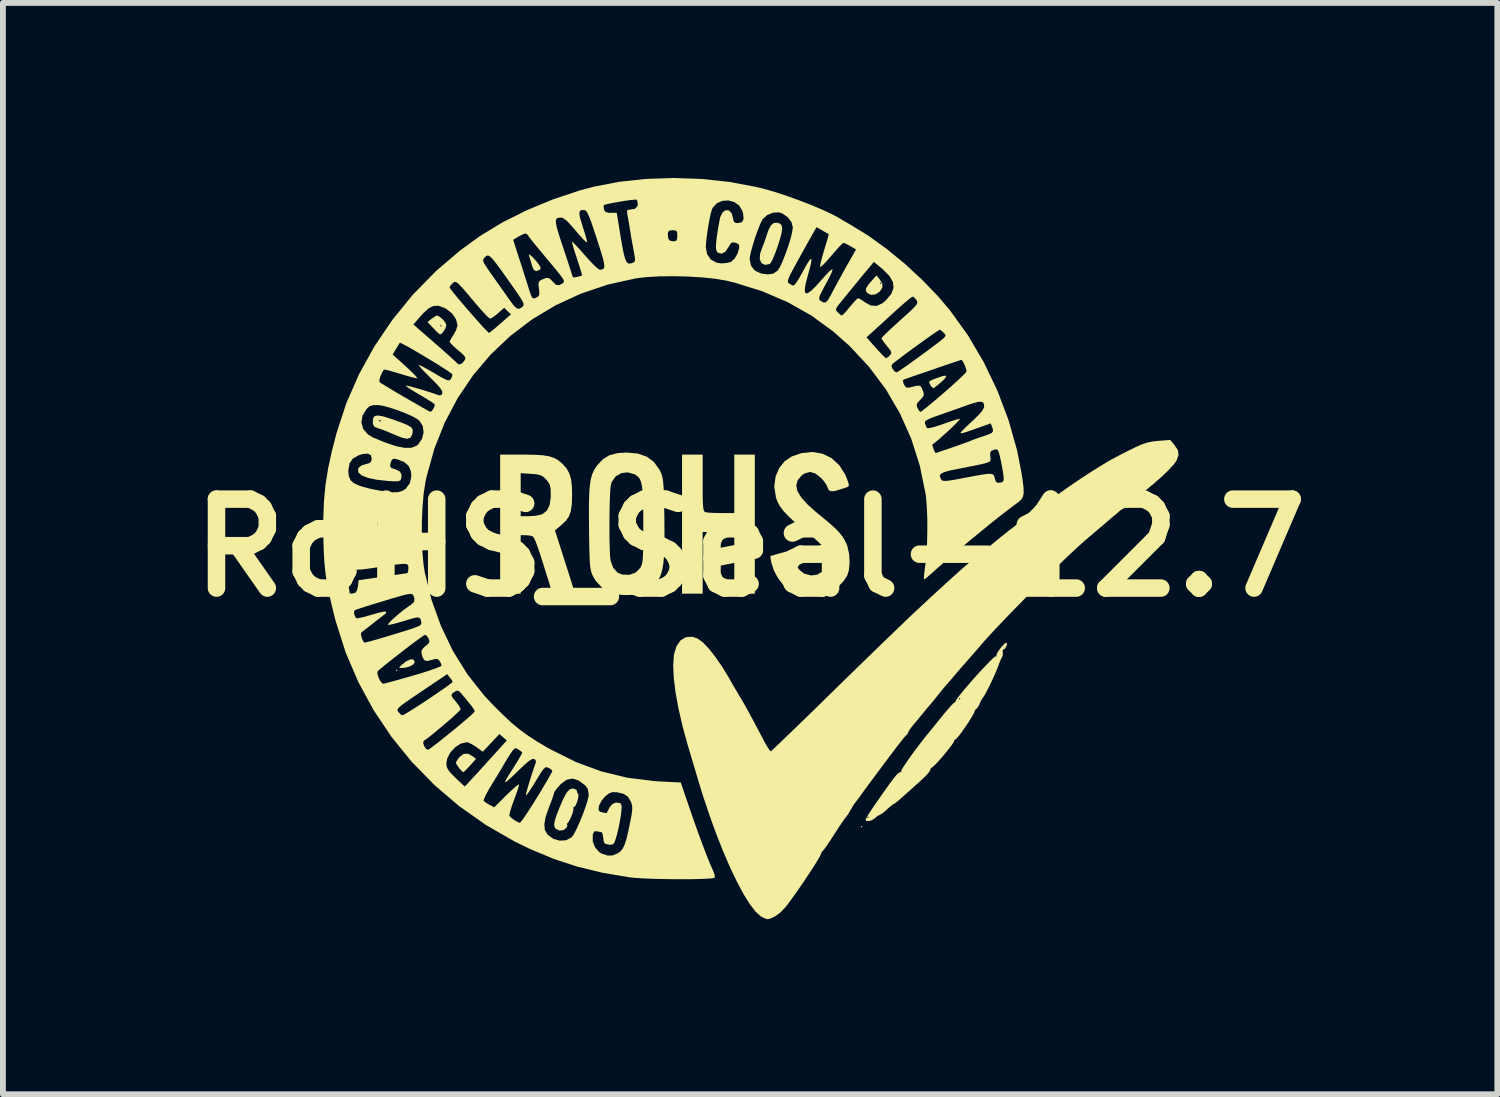
<source format=kicad_pcb>
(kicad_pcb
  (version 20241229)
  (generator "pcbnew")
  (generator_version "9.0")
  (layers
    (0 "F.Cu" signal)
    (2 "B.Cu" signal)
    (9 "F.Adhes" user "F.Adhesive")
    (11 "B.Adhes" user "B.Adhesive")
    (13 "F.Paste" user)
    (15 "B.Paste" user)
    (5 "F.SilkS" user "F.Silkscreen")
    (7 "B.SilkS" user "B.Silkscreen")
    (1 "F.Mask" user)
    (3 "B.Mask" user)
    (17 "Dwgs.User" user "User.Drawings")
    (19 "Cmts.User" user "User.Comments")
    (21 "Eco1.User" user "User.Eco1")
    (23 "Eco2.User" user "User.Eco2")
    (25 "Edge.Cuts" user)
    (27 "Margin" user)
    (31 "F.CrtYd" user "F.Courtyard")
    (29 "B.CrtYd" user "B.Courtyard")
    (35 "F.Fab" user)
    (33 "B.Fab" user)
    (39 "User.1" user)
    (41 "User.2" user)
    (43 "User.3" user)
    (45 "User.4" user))
  (footprint "RoHS_Seal-12.7"
    (layer "F.Cu")
    (at 9.804 6.338)
    (property "Reference" "RoHS_Seal-12.7" (at 0 0 0) (layer "F.SilkS") (effects (font (size 1.524 1.524) (thickness 0.3))))
    (attr board_only exclude_from_pos_files exclude_from_bom)
    (fp_poly (pts (xy -6.045 2.099) (xy -6.059 2.112) (xy -6.072 2.099) (xy -6.059 2.085)) (stroke (width 0) (type solid)) (fill yes) (layer "F.SilkS"))
    (fp_poly (pts (xy 1.925 4.779) (xy 1.911 4.793) (xy 1.898 4.779) (xy 1.911 4.766)) (stroke (width 0) (type solid)) (fill yes) (layer "F.SilkS"))
    (fp_poly (pts (xy -5.769 1.914) (xy -5.747 1.954) (xy -5.747 1.96) (xy -5.771 1.998) (xy -5.831 2.032) (xy -5.909 2.054) (xy -5.957 2.058) (xy -6.006 2.056) (xy -6.007 2.04) (xy -5.974 2.008) (xy -5.89 1.942) (xy -5.819 1.911)) (stroke (width 0) (type solid)) (fill yes) (layer "F.SilkS"))
    (fp_poly (pts (xy -3.772 -5.02) (xy -3.743 -4.996) (xy -3.682 -4.934) (xy -3.626 -4.865) (xy -3.592 -4.809) (xy -3.592 -4.778) (xy -3.608 -4.763) (xy -3.666 -4.741) (xy -3.706 -4.763) (xy -3.737 -4.834) (xy -3.741 -4.849) (xy -3.764 -4.93) (xy -3.784 -4.994) (xy -3.788 -5.005) (xy -3.793 -5.031)) (stroke (width 0) (type solid)) (fill yes) (layer "F.SilkS"))
    (fp_poly (pts (xy 3.36 -2.932) (xy 3.324 -2.886) (xy 3.279 -2.844) (xy 3.212 -2.787) (xy 3.16 -2.747) (xy 3.139 -2.736) (xy 3.112 -2.756) (xy 3.089 -2.791) (xy 3.07 -2.827) (xy 3.071 -2.85) (xy 3.099 -2.869) (xy 3.165 -2.896) (xy 3.192 -2.907) (xy 3.295 -2.942) (xy 3.351 -2.951)) (stroke (width 0) (type solid)) (fill yes) (layer "F.SilkS"))
    (fp_poly (pts (xy -4.759 3.569) (xy -4.697 3.617) (xy -4.799 3.731) (xy -4.857 3.793) (xy -4.9 3.835) (xy -4.915 3.845) (xy -4.94 3.826) (xy -4.981 3.78) (xy -4.986 3.774) (xy -5.024 3.72) (xy -5.042 3.684) (xy -5.042 3.683) (xy -5.027 3.65) (xy -4.99 3.597) (xy -4.986 3.592) (xy -4.915 3.533) (xy -4.836 3.527)) (stroke (width 0) (type solid)) (fill yes) (layer "F.SilkS"))
    (fp_poly (pts (xy 2.22 -4.602) (xy 2.268 -4.524) (xy 2.266 -4.457) (xy 2.222 -4.392) (xy 2.151 -4.344) (xy 2.073 -4.335) (xy 2.011 -4.365) (xy 1.984 -4.405) (xy 1.988 -4.449) (xy 2.027 -4.51) (xy 2.049 -4.536) (xy 2.223 -4.536) (xy 2.236 -4.522) (xy 2.25 -4.536) (xy 2.236 -4.549) (xy 2.223 -4.536) (xy 2.049 -4.536) (xy 2.072 -4.563) (xy 2.165 -4.668)) (stroke (width 0) (type solid)) (fill yes) (layer "F.SilkS"))
    (fp_poly (pts (xy -5.32 -3.96) (xy -5.265 -3.913) (xy -5.22 -3.857) (xy -5.205 -3.816) (xy -5.219 -3.766) (xy -5.253 -3.708) (xy -5.292 -3.666) (xy -5.312 -3.656) (xy -5.337 -3.674) (xy -5.386 -3.72) (xy -5.427 -3.763) (xy -5.467 -3.805) (xy -5.313 -3.805) (xy -5.3 -3.791) (xy -5.286 -3.805) (xy -5.3 -3.818) (xy -5.313 -3.805) (xy -5.467 -3.805) (xy -5.528 -3.87) (xy -5.458 -3.925) (xy -5.404 -3.963) (xy -5.369 -3.981) (xy -5.367 -3.981)) (stroke (width 0) (type solid)) (fill yes) (layer "F.SilkS"))
    (fp_poly (pts (xy -0.813 -1.113) (xy -0.813 -0.937) (xy -0.811 -0.808) (xy -0.806 -0.719) (xy -0.799 -0.661) (xy -0.788 -0.629) (xy -0.774 -0.614) (xy -0.77 -0.612) (xy -0.724 -0.605) (xy -0.64 -0.599) (xy -0.533 -0.596) (xy -0.499 -0.596) (xy -0.271 -0.596) (xy -0.271 -1.598) (xy 0.081 -1.598) (xy 0.081 0.785) (xy -0.271 0.785) (xy -0.271 -0.271) (xy -0.813 -0.271) (xy -0.813 0.785) (xy -1.166 0.785) (xy -1.166 -1.598) (xy -0.813 -1.598)) (stroke (width 0) (type solid)) (fill yes) (layer "F.SilkS"))
    (fp_poly (pts (xy 0.507 -5.559) (xy 0.54 -5.529) (xy 0.55 -5.473) (xy 0.538 -5.385) (xy 0.502 -5.258) (xy 0.475 -5.173) (xy 0.43 -5.049) (xy 0.389 -4.95) (xy 0.354 -4.884) (xy 0.335 -4.863) (xy 0.255 -4.849) (xy 0.195 -4.879) (xy 0.195 -4.88) (xy 0.166 -4.944) (xy 0.171 -5.037) (xy 0.201 -5.127) (xy 0.235 -5.212) (xy 0.268 -5.308) (xy 0.272 -5.321) (xy 0.315 -5.446) (xy 0.356 -5.524) (xy 0.4 -5.564) (xy 0.45 -5.572)) (stroke (width 0) (type solid)) (fill yes) (layer "F.SilkS"))
    (fp_poly (pts (xy -6.289 -2.253) (xy -6.162 -2.214) (xy -6.099 -2.192) (xy -5.962 -2.142) (xy -5.869 -2.103) (xy -5.812 -2.069) (xy -5.785 -2.036) (xy -5.78 -1.996) (xy -5.786 -1.954) (xy -5.817 -1.89) (xy -5.875 -1.868) (xy -5.964 -1.887) (xy -6.015 -1.907) (xy -6.088 -1.937) (xy -6.099 -1.942) (xy -6.202 -1.985) (xy -6.271 -2.013) (xy -6.322 -2.032) (xy -6.373 -2.048) (xy -6.384 -2.052) (xy -6.44 -2.077) (xy -6.462 -2.12) (xy -6.465 -2.169) (xy -6.463 -2.184) (xy -6.361 -2.184) (xy -6.358 -2.168) (xy -6.343 -2.166) (xy -6.321 -2.176) (xy -6.325 -2.184) (xy -6.357 -2.188) (xy -6.361 -2.184) (xy -6.463 -2.184) (xy -6.458 -2.227) (xy -6.43 -2.26) (xy -6.376 -2.268)) (stroke (width 0) (type solid)) (fill yes) (layer "F.SilkS"))
    (fp_poly (pts (xy -3.012 4.129) (xy -2.972 4.151) (xy -2.968 4.17) (xy -2.962 4.198) (xy -2.952 4.203) (xy -2.941 4.231) (xy -2.946 4.289) (xy -2.965 4.356) (xy -2.989 4.414) (xy -3.015 4.441) (xy -3.018 4.441) (xy -3.032 4.452) (xy -3.028 4.458) (xy -3.027 4.491) (xy -3.044 4.553) (xy -3.072 4.624) (xy -3.104 4.686) (xy -3.129 4.718) (xy -3.143 4.736) (xy -3.137 4.738) (xy -3.131 4.758) (xy -3.145 4.793) (xy -3.194 4.836) (xy -3.263 4.845) (xy -3.326 4.818) (xy -3.329 4.815) (xy -3.352 4.782) (xy -3.358 4.737) (xy -3.346 4.672) (xy -3.315 4.576) (xy -3.265 4.449) (xy -3.202 4.303) (xy -3.149 4.203) (xy -3.1 4.146) (xy -3.052 4.124)) (stroke (width 0) (type solid)) (fill yes) (layer "F.SilkS"))
    (fp_poly (pts (xy -3.701 -1.595) (xy -3.556 -1.587) (xy -3.446 -1.569) (xy -3.359 -1.541) (xy -3.287 -1.5) (xy -3.219 -1.443) (xy -3.217 -1.441) (xy -3.144 -1.359) (xy -3.095 -1.27) (xy -3.065 -1.162) (xy -3.052 -1.022) (xy -3.05 -0.907) (xy -3.055 -0.748) (xy -3.072 -0.629) (xy -3.105 -0.537) (xy -3.16 -0.46) (xy -3.241 -0.385) (xy -3.244 -0.382) (xy -3.344 -0.3) (xy -3.177 0.223) (xy -3.126 0.382) (xy -3.081 0.524) (xy -3.045 0.64) (xy -3.02 0.723) (xy -3.009 0.763) (xy -3.009 0.766) (xy -3.034 0.775) (xy -3.099 0.782) (xy -3.191 0.785) (xy -3.198 0.785) (xy -3.386 0.785) (xy -3.498 0.426) (xy -3.561 0.226) (xy -3.611 0.071) (xy -3.65 -0.042) (xy -3.68 -0.12) (xy -3.704 -0.169) (xy -3.723 -0.194) (xy -3.726 -0.196) (xy -3.771 -0.21) (xy -3.841 -0.216) (xy -3.843 -0.216) (xy -3.931 -0.217) (xy -3.931 0.785) (xy -4.283 0.785) (xy -4.283 -1.279) (xy -3.931 -1.279) (xy -3.931 -0.542) (xy -3.78 -0.542) (xy -3.68 -0.549) (xy -3.591 -0.567) (xy -3.555 -0.58) (xy -3.482 -0.639) (xy -3.437 -0.728) (xy -3.417 -0.857) (xy -3.416 -0.922) (xy -3.419 -1.02) (xy -3.436 -1.087) (xy -3.471 -1.143) (xy -3.493 -1.169) (xy -3.542 -1.217) (xy -3.592 -1.245) (xy -3.661 -1.26) (xy -3.751 -1.268) (xy -3.931 -1.279) (xy -4.283 -1.279) (xy -4.283 -1.598) (xy -3.889 -1.598)) (stroke (width 0) (type solid)) (fill yes) (layer "F.SilkS"))
    (fp_poly (pts (xy 1.241 -1.613) (xy 1.398 -1.536) (xy 1.53 -1.414) (xy 1.632 -1.252) (xy 1.665 -1.17) (xy 1.689 -1.098) (xy 1.691 -1.061) (xy 1.673 -1.044) (xy 1.66 -1.039) (xy 1.597 -1.018) (xy 1.545 -1.001) (xy 1.438 -0.971) (xy 1.371 -0.972) (xy 1.338 -1.004) (xy 1.333 -1.023) (xy 1.31 -1.077) (xy 1.26 -1.149) (xy 1.222 -1.192) (xy 1.122 -1.273) (xy 1.025 -1.301) (xy 0.932 -1.274) (xy 0.882 -1.239) (xy 0.815 -1.158) (xy 0.791 -1.07) (xy 0.811 -0.973) (xy 0.878 -0.862) (xy 0.991 -0.737) (xy 1.153 -0.593) (xy 1.198 -0.557) (xy 1.349 -0.433) (xy 1.462 -0.332) (xy 1.545 -0.244) (xy 1.605 -0.162) (xy 1.648 -0.078) (xy 1.667 -0.029) (xy 1.697 0.104) (xy 1.706 0.249) (xy 1.693 0.385) (xy 1.664 0.476) (xy 1.594 0.581) (xy 1.494 0.679) (xy 1.382 0.754) (xy 1.31 0.783) (xy 1.231 0.798) (xy 1.128 0.807) (xy 1.02 0.81) (xy 0.929 0.807) (xy 0.881 0.799) (xy 0.836 0.787) (xy 0.779 0.773) (xy 0.675 0.727) (xy 0.573 0.639) (xy 0.48 0.522) (xy 0.408 0.389) (xy 0.364 0.253) (xy 0.362 0.24) (xy 0.346 0.141) (xy 0.496 0.098) (xy 0.599 0.069) (xy 0.662 0.058) (xy 0.693 0.065) (xy 0.704 0.091) (xy 0.705 0.113) (xy 0.725 0.196) (xy 0.777 0.291) (xy 0.847 0.379) (xy 0.923 0.439) (xy 0.931 0.443) (xy 1.047 0.474) (xy 1.151 0.459) (xy 1.237 0.408) (xy 1.3 0.329) (xy 1.332 0.231) (xy 1.326 0.122) (xy 1.277 0.011) (xy 1.267 -0.004) (xy 1.223 -0.051) (xy 1.148 -0.121) (xy 1.052 -0.205) (xy 0.965 -0.276) (xy 0.797 -0.414) (xy 0.669 -0.529) (xy 0.575 -0.628) (xy 0.508 -0.717) (xy 0.464 -0.804) (xy 0.443 -0.864) (xy 0.414 -1.05) (xy 0.438 -1.226) (xy 0.501 -1.37) (xy 0.592 -1.484) (xy 0.714 -1.566) (xy 0.877 -1.622) (xy 1.066 -1.643)) (stroke (width 0) (type solid)) (fill yes) (layer "F.SilkS"))
    (fp_poly (pts (xy -1.925 -1.616) (xy -1.769 -1.562) (xy -1.645 -1.469) (xy -1.549 -1.333) (xy -1.527 -1.286) (xy -1.511 -1.244) (xy -1.499 -1.193) (xy -1.489 -1.124) (xy -1.482 -1.03) (xy -1.477 -0.905) (xy -1.473 -0.741) (xy -1.469 -0.53) (xy -1.469 -0.511) (xy -1.467 -0.254) (xy -1.468 -0.044) (xy -1.474 0.126) (xy -1.486 0.261) (xy -1.503 0.368) (xy -1.527 0.455) (xy -1.558 0.527) (xy -1.588 0.576) (xy -1.692 0.686) (xy -1.833 0.763) (xy -2.004 0.804) (xy -2.114 0.81) (xy -2.222 0.804) (xy -2.321 0.791) (xy -2.376 0.776) (xy -2.527 0.692) (xy -2.645 0.566) (xy -2.69 0.491) (xy -2.709 0.449) (xy -2.724 0.407) (xy -2.735 0.357) (xy -2.743 0.291) (xy -2.749 0.203) (xy -2.753 0.083) (xy -2.757 -0.074) (xy -2.76 -0.277) (xy -2.76 -0.292) (xy -2.41 -0.292) (xy -2.409 -0.127) (xy -2.405 0.018) (xy -2.4 0.134) (xy -2.392 0.21) (xy -2.391 0.217) (xy -2.346 0.342) (xy -2.271 0.425) (xy -2.191 0.458) (xy -2.066 0.462) (xy -1.958 0.421) (xy -1.881 0.342) (xy -1.865 0.311) (xy -1.852 0.273) (xy -1.843 0.222) (xy -1.837 0.151) (xy -1.833 0.051) (xy -1.831 -0.084) (xy -1.83 -0.262) (xy -1.83 -0.393) (xy -1.831 -0.623) (xy -1.834 -0.805) (xy -1.84 -0.946) (xy -1.852 -1.052) (xy -1.869 -1.129) (xy -1.892 -1.184) (xy -1.924 -1.222) (xy -1.965 -1.251) (xy -1.981 -1.26) (xy -2.097 -1.294) (xy -2.208 -1.28) (xy -2.304 -1.224) (xy -2.37 -1.13) (xy -2.384 -1.091) (xy -2.392 -1.032) (xy -2.399 -0.93) (xy -2.405 -0.794) (xy -2.408 -0.635) (xy -2.41 -0.465) (xy -2.41 -0.292) (xy -2.76 -0.292) (xy -2.76 -0.318) (xy -2.762 -0.571) (xy -2.761 -0.776) (xy -2.756 -0.941) (xy -2.746 -1.072) (xy -2.73 -1.176) (xy -2.707 -1.259) (xy -2.676 -1.329) (xy -2.637 -1.391) (xy -2.621 -1.413) (xy -2.522 -1.519) (xy -2.411 -1.587) (xy -2.275 -1.623) (xy -2.119 -1.633)) (stroke (width 0) (type solid)) (fill yes) (layer "F.SilkS"))
    (fp_poly (pts (xy 4.403 1.646) (xy 4.393 1.686) (xy 4.365 1.73) (xy 4.343 1.741) (xy 4.327 1.757) (xy 4.33 1.788) (xy 4.329 1.848) (xy 4.317 1.875) (xy 4.292 1.922) (xy 4.263 1.995) (xy 4.256 2.017) (xy 4.23 2.085) (xy 4.19 2.178) (xy 4.142 2.283) (xy 4.091 2.387) (xy 4.044 2.479) (xy 4.006 2.545) (xy 3.987 2.572) (xy 3.965 2.605) (xy 3.936 2.665) (xy 3.933 2.674) (xy 3.903 2.733) (xy 3.876 2.761) (xy 3.873 2.762) (xy 3.851 2.784) (xy 3.849 2.796) (xy 3.835 2.834) (xy 3.797 2.901) (xy 3.744 2.987) (xy 3.682 3.078) (xy 3.622 3.164) (xy 3.569 3.232) (xy 3.533 3.271) (xy 3.524 3.277) (xy 3.499 3.298) (xy 3.497 3.31) (xy 3.48 3.344) (xy 3.436 3.406) (xy 3.374 3.485) (xy 3.303 3.571) (xy 3.232 3.652) (xy 3.17 3.718) (xy 3.127 3.757) (xy 3.115 3.764) (xy 3.092 3.786) (xy 3.09 3.801) (xy 3.071 3.837) (xy 3.022 3.895) (xy 2.96 3.957) (xy 2.801 4.1) (xy 2.679 4.21) (xy 2.589 4.29) (xy 2.526 4.344) (xy 2.487 4.375) (xy 2.467 4.386) (xy 2.465 4.387) (xy 2.437 4.404) (xy 2.384 4.448) (xy 2.347 4.482) (xy 2.284 4.536) (xy 2.236 4.57) (xy 2.221 4.576) (xy 2.185 4.594) (xy 2.142 4.63) (xy 2.088 4.667) (xy 2.031 4.684) (xy 1.989 4.677) (xy 1.979 4.657) (xy 1.994 4.625) (xy 1.998 4.617) (xy 2.006 4.617) (xy 2.02 4.63) (xy 2.033 4.617) (xy 2.02 4.603) (xy 2.006 4.617) (xy 1.998 4.617) (xy 2.034 4.558) (xy 2.094 4.467) (xy 2.167 4.36) (xy 2.171 4.355) (xy 2.287 4.189) (xy 2.377 4.063) (xy 2.444 3.972) (xy 2.493 3.909) (xy 2.528 3.871) (xy 2.552 3.852) (xy 2.57 3.846) (xy 2.594 3.832) (xy 2.591 3.821) (xy 2.602 3.794) (xy 2.64 3.733) (xy 2.699 3.647) (xy 2.772 3.544) (xy 2.853 3.434) (xy 2.936 3.325) (xy 3.014 3.225) (xy 3.081 3.144) (xy 3.084 3.14) (xy 3.115 3.103) (xy 3.17 3.035) (xy 3.242 2.946) (xy 3.297 2.877) (xy 3.373 2.785) (xy 3.438 2.712) (xy 3.483 2.665) (xy 3.5 2.654) (xy 3.523 2.633) (xy 3.524 2.625) (xy 3.541 2.592) (xy 3.546 2.586) (xy 3.578 2.586) (xy 3.592 2.6) (xy 3.605 2.586) (xy 3.592 2.572) (xy 3.578 2.586) (xy 3.546 2.586) (xy 3.588 2.53) (xy 3.657 2.444) (xy 3.742 2.345) (xy 3.836 2.237) (xy 3.932 2.131) (xy 4.024 2.032) (xy 4.104 1.949) (xy 4.166 1.889) (xy 4.202 1.86) (xy 4.209 1.859) (xy 4.225 1.86) (xy 4.221 1.85) (xy 4.227 1.817) (xy 4.26 1.761) (xy 4.306 1.7) (xy 4.353 1.649) (xy 4.389 1.625) (xy 4.393 1.625)) (stroke (width 0) (type solid)) (fill yes) (layer "F.SilkS"))
    (fp_poly (pts (xy 7.273 -1.762) (xy 7.331 -1.673) (xy 7.342 -1.59) (xy 7.309 -1.497) (xy 7.308 -1.495) (xy 7.257 -1.425) (xy 7.17 -1.331) (xy 7.053 -1.218) (xy 6.912 -1.095) (xy 6.756 -0.966) (xy 6.591 -0.839) (xy 6.574 -0.826) (xy 6.481 -0.756) (xy 6.394 -0.686) (xy 6.294 -0.601) (xy 6.237 -0.551) (xy 6.172 -0.495) (xy 6.082 -0.417) (xy 5.98 -0.331) (xy 5.937 -0.294) (xy 5.829 -0.202) (xy 5.732 -0.119) (xy 5.641 -0.038) (xy 5.548 0.047) (xy 5.448 0.141) (xy 5.334 0.25) (xy 5.2 0.381) (xy 5.04 0.539) (xy 4.866 0.712) (xy 4.701 0.877) (xy 4.534 1.047) (xy 4.373 1.213) (xy 4.226 1.367) (xy 4.101 1.502) (xy 4.006 1.607) (xy 3.998 1.617) (xy 3.899 1.732) (xy 3.807 1.837) (xy 3.731 1.924) (xy 3.679 1.984) (xy 3.666 1.998) (xy 3.615 2.056) (xy 3.546 2.136) (xy 3.49 2.202) (xy 3.426 2.277) (xy 3.374 2.337) (xy 3.348 2.367) (xy 3.317 2.403) (xy 3.265 2.466) (xy 3.213 2.532) (xy 3.152 2.608) (xy 3.102 2.668) (xy 3.077 2.697) (xy 3.045 2.734) (xy 2.993 2.797) (xy 2.955 2.844) (xy 2.884 2.93) (xy 2.813 3.015) (xy 2.785 3.048) (xy 2.739 3.108) (xy 2.713 3.154) (xy 2.711 3.163) (xy 2.692 3.197) (xy 2.687 3.2) (xy 2.661 3.225) (xy 2.605 3.293) (xy 2.521 3.4) (xy 2.411 3.546) (xy 2.275 3.727) (xy 2.149 3.897) (xy 2.1 3.963) (xy 2.042 4.04) (xy 2.033 4.052) (xy 1.971 4.136) (xy 1.906 4.226) (xy 1.898 4.238) (xy 1.848 4.307) (xy 1.808 4.359) (xy 1.799 4.369) (xy 1.766 4.416) (xy 1.728 4.483) (xy 1.725 4.487) (xy 1.685 4.556) (xy 1.648 4.606) (xy 1.647 4.608) (xy 1.619 4.644) (xy 1.569 4.716) (xy 1.505 4.812) (xy 1.439 4.915) (xy 1.37 5.021) (xy 1.31 5.11) (xy 1.265 5.171) (xy 1.243 5.195) (xy 1.22 5.226) (xy 1.219 5.235) (xy 1.204 5.272) (xy 1.162 5.346) (xy 1.1 5.446) (xy 1.022 5.567) (xy 0.934 5.699) (xy 0.842 5.834) (xy 0.75 5.965) (xy 0.664 6.083) (xy 0.617 6.145) (xy 0.528 6.241) (xy 0.429 6.315) (xy 0.337 6.357) (xy 0.294 6.363) (xy 0.248 6.349) (xy 0.184 6.315) (xy 0.18 6.312) (xy 0.093 6.233) (xy -0.005 6.106) (xy -0.112 5.935) (xy -0.224 5.725) (xy -0.341 5.481) (xy -0.459 5.208) (xy -0.577 4.91) (xy -0.693 4.591) (xy -0.805 4.257) (xy -0.882 4.008) (xy -0.93 3.845) (xy -0.98 3.678) (xy -1.026 3.524) (xy -1.063 3.4) (xy -1.069 3.38) (xy -1.156 3.062) (xy -1.226 2.76) (xy -1.277 2.481) (xy -1.308 2.23) (xy -1.318 2.014) (xy -1.306 1.84) (xy -1.303 1.822) (xy -1.259 1.682) (xy -1.19 1.584) (xy -1.099 1.53) (xy -0.993 1.523) (xy -0.896 1.556) (xy -0.811 1.619) (xy -0.71 1.724) (xy -0.599 1.864) (xy -0.482 2.033) (xy -0.365 2.223) (xy -0.325 2.295) (xy -0.29 2.357) (xy -0.238 2.445) (xy -0.186 2.532) (xy -0.134 2.618) (xy -0.077 2.719) (xy -0.01 2.841) (xy 0.071 2.992) (xy 0.171 3.18) (xy 0.24 3.311) (xy 0.288 3.397) (xy 0.328 3.459) (xy 0.353 3.487) (xy 0.356 3.487) (xy 0.379 3.467) (xy 0.436 3.413) (xy 0.525 3.328) (xy 0.641 3.216) (xy 0.781 3.081) (xy 0.94 2.927) (xy 1.116 2.756) (xy 1.303 2.573) (xy 1.333 2.543) (xy 1.629 2.254) (xy 1.89 2) (xy 2.12 1.776) (xy 2.322 1.581) (xy 2.5 1.409) (xy 2.658 1.258) (xy 2.799 1.123) (xy 2.928 1.003) (xy 3.047 0.892) (xy 3.091 0.851) (xy 3.259 0.697) (xy 3.393 0.574) (xy 3.499 0.478) (xy 3.584 0.402) (xy 3.652 0.342) (xy 3.71 0.292) (xy 3.765 0.248) (xy 3.821 0.203) (xy 3.823 0.201) (xy 3.931 0.115) (xy 4.054 0.014) (xy 4.167 -0.079) (xy 4.171 -0.083) (xy 4.283 -0.175) (xy 4.414 -0.279) (xy 4.572 -0.401) (xy 4.762 -0.546) (xy 4.865 -0.623) (xy 4.953 -0.688) (xy 5.072 -0.773) (xy 5.209 -0.87) (xy 5.352 -0.97) (xy 5.489 -1.066) (xy 5.61 -1.149) (xy 5.702 -1.21) (xy 5.72 -1.222) (xy 5.885 -1.329) (xy 6.02 -1.412) (xy 6.136 -1.482) (xy 6.249 -1.544) (xy 6.371 -1.609) (xy 6.476 -1.662) (xy 6.613 -1.729) (xy 6.718 -1.775) (xy 6.804 -1.804) (xy 6.886 -1.821) (xy 6.979 -1.832) (xy 6.992 -1.833) (xy 7.2 -1.849)) (stroke (width 0) (type solid)) (fill yes) (layer "F.SilkS"))
    (fp_poly (pts (xy -0.826 -6.321) (xy -0.354 -6.27) (xy 0.097 -6.186) (xy 0.271 -6.143) (xy 0.452 -6.09) (xy 0.649 -6.024) (xy 0.854 -5.95) (xy 1.053 -5.873) (xy 1.237 -5.795) (xy 1.393 -5.723) (xy 1.512 -5.66) (xy 1.537 -5.644) (xy 1.596 -5.609) (xy 1.679 -5.561) (xy 1.727 -5.533) (xy 2.027 -5.349) (xy 2.337 -5.125) (xy 2.647 -4.872) (xy 2.944 -4.598) (xy 3.218 -4.314) (xy 3.421 -4.075) (xy 3.731 -3.645) (xy 4.005 -3.18) (xy 4.24 -2.689) (xy 4.432 -2.18) (xy 4.577 -1.663) (xy 4.648 -1.3) (xy 4.673 -1.138) (xy 4.687 -1.02) (xy 4.688 -0.935) (xy 4.675 -0.874) (xy 4.647 -0.828) (xy 4.601 -0.786) (xy 4.561 -0.757) (xy 4.442 -0.668) (xy 4.29 -0.551) (xy 4.115 -0.411) (xy 3.925 -0.256) (xy 3.728 -0.094) (xy 3.533 0.07) (xy 3.348 0.228) (xy 3.181 0.374) (xy 3.093 0.453) (xy 3.033 0.505) (xy 2.991 0.536) (xy 2.98 0.541) (xy 2.978 0.517) (xy 2.983 0.451) (xy 2.994 0.355) (xy 3.002 0.305) (xy 3.02 0.143) (xy 3.032 -0.054) (xy 3.037 -0.269) (xy 3.037 -0.486) (xy 3.029 -0.689) (xy 3.016 -0.861) (xy 3.009 -0.914) (xy 2.943 -1.238) (xy 3.25 -1.238) (xy 3.261 -1.197) (xy 3.279 -1.166) (xy 3.295 -1.152) (xy 3.327 -1.146) (xy 3.383 -1.149) (xy 3.471 -1.161) (xy 3.6 -1.185) (xy 3.679 -1.2) (xy 3.852 -1.233) (xy 3.979 -1.255) (xy 4.068 -1.267) (xy 4.126 -1.268) (xy 4.161 -1.258) (xy 4.18 -1.236) (xy 4.19 -1.203) (xy 4.193 -1.19) (xy 4.212 -1.132) (xy 4.247 -1.114) (xy 4.28 -1.116) (xy 4.327 -1.128) (xy 4.345 -1.16) (xy 4.344 -1.219) (xy 4.334 -1.294) (xy 4.316 -1.398) (xy 4.294 -1.507) (xy 4.271 -1.606) (xy 4.253 -1.662) (xy 4.233 -1.686) (xy 4.204 -1.687) (xy 4.18 -1.681) (xy 4.131 -1.661) (xy 4.114 -1.624) (xy 4.116 -1.565) (xy 4.12 -1.532) (xy 4.121 -1.506) (xy 4.113 -1.486) (xy 4.089 -1.469) (xy 4.042 -1.453) (xy 3.967 -1.434) (xy 3.857 -1.411) (xy 3.706 -1.381) (xy 3.558 -1.352) (xy 3.416 -1.323) (xy 3.322 -1.296) (xy 3.269 -1.269) (xy 3.25 -1.238) (xy 2.943 -1.238) (xy 2.91 -1.401) (xy 2.763 -1.865) (xy 2.633 -2.157) (xy 2.996 -2.157) (xy 2.997 -2.131) (xy 2.998 -2.128) (xy 3.02 -2.073) (xy 3.034 -2.051) (xy 3.066 -2.051) (xy 3.137 -2.067) (xy 3.236 -2.097) (xy 3.32 -2.126) (xy 3.43 -2.165) (xy 3.521 -2.194) (xy 3.58 -2.209) (xy 3.597 -2.211) (xy 3.584 -2.189) (xy 3.538 -2.141) (xy 3.47 -2.074) (xy 3.39 -1.998) (xy 3.305 -1.921) (xy 3.226 -1.852) (xy 3.162 -1.799) (xy 3.123 -1.772) (xy 3.126 -1.747) (xy 3.142 -1.698) (xy 3.163 -1.649) (xy 3.179 -1.625) (xy 3.179 -1.625) (xy 3.207 -1.633) (xy 3.275 -1.656) (xy 3.374 -1.689) (xy 3.487 -1.728) (xy 3.607 -1.77) (xy 3.708 -1.807) (xy 3.78 -1.834) (xy 3.81 -1.847) (xy 3.849 -1.862) (xy 3.921 -1.888) (xy 3.985 -1.909) (xy 4.085 -1.943) (xy 4.142 -1.97) (xy 4.163 -2) (xy 4.159 -2.039) (xy 4.15 -2.064) (xy 4.124 -2.133) (xy 3.939 -2.067) (xy 3.798 -2.017) (xy 3.702 -1.984) (xy 3.642 -1.967) (xy 3.612 -1.964) (xy 3.605 -1.97) (xy 3.624 -1.994) (xy 3.674 -2.046) (xy 3.748 -2.117) (xy 3.809 -2.173) (xy 3.913 -2.274) (xy 3.978 -2.349) (xy 4.008 -2.405) (xy 4.012 -2.427) (xy 4.003 -2.478) (xy 3.972 -2.502) (xy 3.912 -2.502) (xy 3.814 -2.476) (xy 3.738 -2.45) (xy 3.622 -2.409) (xy 3.478 -2.358) (xy 3.33 -2.306) (xy 3.259 -2.281) (xy 3.137 -2.238) (xy 3.057 -2.205) (xy 3.013 -2.18) (xy 2.996 -2.157) (xy 2.633 -2.157) (xy 2.567 -2.305) (xy 2.325 -2.719) (xy 2.216 -2.864) (xy 2.617 -2.864) (xy 2.628 -2.818) (xy 2.635 -2.801) (xy 2.671 -2.75) (xy 2.72 -2.744) (xy 2.723 -2.745) (xy 2.822 -2.77) (xy 2.882 -2.78) (xy 2.915 -2.775) (xy 2.935 -2.752) (xy 2.949 -2.722) (xy 2.976 -2.65) (xy 2.971 -2.6) (xy 2.929 -2.549) (xy 2.91 -2.53) (xy 2.863 -2.48) (xy 2.854 -2.439) (xy 2.869 -2.396) (xy 2.898 -2.347) (xy 2.92 -2.329) (xy 2.947 -2.346) (xy 3.007 -2.393) (xy 3.094 -2.464) (xy 3.202 -2.555) (xy 3.321 -2.657) (xy 3.442 -2.763) (xy 3.547 -2.859) (xy 3.632 -2.938) (xy 3.688 -2.994) (xy 3.709 -3.021) (xy 3.703 -3.06) (xy 3.682 -3.12) (xy 3.655 -3.18) (xy 3.63 -3.218) (xy 3.623 -3.222) (xy 3.596 -3.214) (xy 3.529 -3.191) (xy 3.429 -3.158) (xy 3.307 -3.116) (xy 3.171 -3.07) (xy 3.033 -3.022) (xy 2.901 -2.977) (xy 2.785 -2.937) (xy 2.695 -2.905) (xy 2.639 -2.886) (xy 2.636 -2.885) (xy 2.617 -2.864) (xy 2.216 -2.864) (xy 2.036 -3.105) (xy 2.022 -3.12) (xy 2.422 -3.12) (xy 2.436 -3.077) (xy 2.444 -3.063) (xy 2.481 -3.02) (xy 2.507 -3.006) (xy 2.537 -3.022) (xy 2.603 -3.065) (xy 2.696 -3.129) (xy 2.809 -3.21) (xy 2.901 -3.277) (xy 3.056 -3.392) (xy 3.173 -3.479) (xy 3.256 -3.542) (xy 3.31 -3.587) (xy 3.339 -3.617) (xy 3.35 -3.639) (xy 3.345 -3.655) (xy 3.331 -3.672) (xy 3.319 -3.685) (xy 3.275 -3.724) (xy 3.248 -3.737) (xy 3.222 -3.722) (xy 3.16 -3.68) (xy 3.072 -3.619) (xy 2.966 -3.543) (xy 2.851 -3.46) (xy 2.736 -3.376) (xy 2.628 -3.296) (xy 2.537 -3.227) (xy 2.47 -3.176) (xy 2.444 -3.154) (xy 2.422 -3.12) (xy 2.022 -3.12) (xy 1.701 -3.463) (xy 1.537 -3.608) (xy 1.995 -3.608) (xy 2.153 -3.429) (xy 2.226 -3.349) (xy 2.285 -3.287) (xy 2.323 -3.253) (xy 2.33 -3.249) (xy 2.362 -3.267) (xy 2.395 -3.299) (xy 2.418 -3.331) (xy 2.417 -3.362) (xy 2.388 -3.406) (xy 2.345 -3.459) (xy 2.292 -3.525) (xy 2.259 -3.575) (xy 2.252 -3.592) (xy 2.272 -3.617) (xy 2.326 -3.671) (xy 2.406 -3.748) (xy 2.507 -3.84) (xy 2.572 -3.899) (xy 2.692 -4.007) (xy 2.776 -4.085) (xy 2.829 -4.14) (xy 2.858 -4.178) (xy 2.867 -4.206) (xy 2.86 -4.23) (xy 2.852 -4.245) (xy 2.814 -4.29) (xy 2.787 -4.306) (xy 2.758 -4.288) (xy 2.698 -4.241) (xy 2.614 -4.169) (xy 2.515 -4.081) (xy 2.486 -4.055) (xy 2.374 -3.953) (xy 2.267 -3.854) (xy 2.174 -3.77) (xy 2.109 -3.711) (xy 2.104 -3.706) (xy 1.995 -3.608) (xy 1.537 -3.608) (xy 1.423 -3.709) (xy 1.051 -3.98) (xy 0.853 -4.092) (xy 1.472 -4.092) (xy 1.474 -4.07) (xy 1.489 -4.051) (xy 1.505 -4.034) (xy 1.547 -3.994) (xy 1.572 -3.981) (xy 1.597 -4) (xy 1.645 -4.052) (xy 1.706 -4.125) (xy 1.71 -4.13) (xy 1.772 -4.203) (xy 1.822 -4.257) (xy 1.851 -4.278) (xy 1.852 -4.278) (xy 1.886 -4.263) (xy 1.943 -4.226) (xy 1.963 -4.211) (xy 2.07 -4.152) (xy 2.171 -4.146) (xy 2.271 -4.193) (xy 2.332 -4.246) (xy 2.42 -4.353) (xy 2.458 -4.455) (xy 2.448 -4.555) (xy 2.386 -4.66) (xy 2.274 -4.774) (xy 2.241 -4.801) (xy 2.121 -4.899) (xy 2.003 -4.758) (xy 1.937 -4.68) (xy 1.883 -4.614) (xy 1.852 -4.576) (xy 1.821 -4.537) (xy 1.765 -4.469) (xy 1.696 -4.385) (xy 1.676 -4.36) (xy 1.585 -4.249) (xy 1.523 -4.173) (xy 1.487 -4.123) (xy 1.472 -4.092) (xy 0.853 -4.092) (xy 0.644 -4.21) (xy 0.206 -4.398) (xy -0.26 -4.543) (xy -0.392 -4.575) (xy 0.647 -4.575) (xy 0.65 -4.549) (xy 0.665 -4.532) (xy 0.668 -4.53) (xy 0.719 -4.501) (xy 0.745 -4.495) (xy 0.771 -4.517) (xy 0.813 -4.577) (xy 0.865 -4.664) (xy 0.891 -4.711) (xy 0.963 -4.842) (xy 1.014 -4.923) (xy 1.043 -4.954) (xy 1.053 -4.936) (xy 1.042 -4.867) (xy 1.012 -4.748) (xy 0.989 -4.666) (xy 0.95 -4.518) (xy 0.936 -4.418) (xy 0.947 -4.366) (xy 0.983 -4.362) (xy 1.046 -4.404) (xy 1.136 -4.493) (xy 1.195 -4.559) (xy 1.297 -4.674) (xy 1.367 -4.746) (xy 1.406 -4.775) (xy 1.413 -4.761) (xy 1.391 -4.703) (xy 1.341 -4.602) (xy 1.309 -4.543) (xy 1.245 -4.424) (xy 1.205 -4.344) (xy 1.186 -4.293) (xy 1.184 -4.262) (xy 1.197 -4.242) (xy 1.208 -4.233) (xy 1.257 -4.205) (xy 1.296 -4.207) (xy 1.334 -4.246) (xy 1.382 -4.328) (xy 1.395 -4.353) (xy 1.468 -4.491) (xy 1.558 -4.656) (xy 1.655 -4.831) (xy 1.748 -4.995) (xy 1.751 -5) (xy 1.816 -5.113) (xy 1.719 -5.17) (xy 1.654 -5.205) (xy 1.607 -5.225) (xy 1.6 -5.226) (xy 1.574 -5.207) (xy 1.522 -5.154) (xy 1.453 -5.076) (xy 1.393 -5.006) (xy 1.317 -4.919) (xy 1.255 -4.854) (xy 1.213 -4.818) (xy 1.199 -4.815) (xy 1.203 -4.852) (xy 1.22 -4.927) (xy 1.248 -5.03) (xy 1.271 -5.108) (xy 1.305 -5.219) (xy 1.331 -5.307) (xy 1.345 -5.362) (xy 1.348 -5.376) (xy 1.323 -5.39) (xy 1.267 -5.421) (xy 1.241 -5.437) (xy 1.139 -5.495) (xy 1.073 -5.381) (xy 1.036 -5.315) (xy 0.98 -5.215) (xy 0.911 -5.091) (xy 0.837 -4.957) (xy 0.814 -4.916) (xy 0.739 -4.779) (xy 0.688 -4.682) (xy 0.659 -4.616) (xy 0.647 -4.575) (xy -0.392 -4.575) (xy -0.413 -4.58) (xy -0.596 -4.611) (xy -0.817 -4.634) (xy -1.062 -4.649) (xy -1.314 -4.655) (xy -1.559 -4.652) (xy -1.782 -4.639) (xy -1.956 -4.618) (xy -2.439 -4.511) (xy -2.899 -4.356) (xy -3.331 -4.157) (xy -3.735 -3.915) (xy -4.107 -3.633) (xy -4.445 -3.313) (xy -4.746 -2.958) (xy -5.009 -2.569) (xy -5.231 -2.15) (xy -5.41 -1.701) (xy -5.542 -1.227) (xy -5.563 -1.13) (xy -5.594 -0.929) (xy -5.614 -0.693) (xy -5.625 -0.436) (xy -5.626 -0.176) (xy -5.615 0.073) (xy -5.595 0.294) (xy -5.575 0.42) (xy -5.459 0.892) (xy -5.296 1.343) (xy -5.091 1.77) (xy -4.844 2.167) (xy -4.558 2.529) (xy -4.42 2.677) (xy -4.246 2.851) (xy -4.094 2.993) (xy -3.95 3.113) (xy -3.802 3.221) (xy -3.637 3.327) (xy -3.443 3.441) (xy -3.409 3.459) (xy -2.983 3.671) (xy -2.55 3.831) (xy -2.105 3.939) (xy -1.642 3.997) (xy -1.536 4.004) (xy -1.188 4.021) (xy -1.045 4.441) (xy -0.968 4.664) (xy -0.89 4.882) (xy -0.814 5.087) (xy -0.745 5.269) (xy -0.684 5.419) (xy -0.637 5.527) (xy -0.634 5.532) (xy -0.609 5.599) (xy -0.604 5.645) (xy -0.607 5.652) (xy -0.643 5.662) (xy -0.725 5.669) (xy -0.843 5.674) (xy -0.99 5.678) (xy -1.156 5.679) (xy -1.332 5.678) (xy -1.511 5.675) (xy -1.682 5.671) (xy -1.839 5.664) (xy -1.971 5.656) (xy -2.07 5.646) (xy -2.074 5.645) (xy -2.535 5.567) (xy -2.961 5.463) (xy -3.367 5.33) (xy -3.769 5.162) (xy -4.039 5.03) (xy -4.528 4.749) (xy -4.55 4.733) (xy -3.526 4.733) (xy -3.517 4.833) (xy -3.474 4.91) (xy -3.468 4.917) (xy -3.372 4.987) (xy -3.262 5.018) (xy -3.153 5.011) (xy -3.061 4.962) (xy -3.055 4.957) (xy -3.031 4.923) (xy -2.696 4.923) (xy -2.696 5.032) (xy -2.655 5.136) (xy -2.583 5.216) (xy -2.542 5.24) (xy -2.443 5.273) (xy -2.361 5.272) (xy -2.274 5.238) (xy -2.225 5.205) (xy -2.185 5.157) (xy -2.15 5.086) (xy -2.118 4.984) (xy -2.084 4.841) (xy -2.062 4.734) (xy -2.036 4.603) (xy -2.022 4.513) (xy -2.019 4.449) (xy -2.026 4.4) (xy -2.042 4.353) (xy -2.043 4.35) (xy -2.092 4.267) (xy -2.163 4.217) (xy -2.27 4.191) (xy -2.291 4.188) (xy -2.365 4.188) (xy -2.425 4.212) (xy -2.484 4.261) (xy -2.545 4.333) (xy -2.585 4.409) (xy -2.592 4.431) (xy -2.597 4.491) (xy -2.574 4.52) (xy -2.534 4.533) (xy -2.48 4.544) (xy -2.457 4.544) (xy -2.406 4.444) (xy -2.357 4.388) (xy -2.301 4.365) (xy -2.296 4.365) (xy -2.229 4.373) (xy -2.205 4.401) (xy -2.201 4.452) (xy -2.209 4.542) (xy -2.226 4.658) (xy -2.251 4.784) (xy -2.28 4.909) (xy -2.296 4.964) (xy -2.321 5.041) (xy -2.346 5.078) (xy -2.383 5.088) (xy -2.421 5.086) (xy -2.479 5.074) (xy -2.505 5.044) (xy -2.516 4.978) (xy -2.516 4.976) (xy -2.526 4.91) (xy -2.54 4.876) (xy -2.543 4.874) (xy -2.582 4.867) (xy -2.62 4.858) (xy -2.664 4.856) (xy -2.688 4.891) (xy -2.696 4.923) (xy -3.031 4.923) (xy -3.019 4.905) (xy -2.972 4.815) (xy -2.92 4.699) (xy -2.868 4.572) (xy -2.822 4.445) (xy -2.786 4.334) (xy -2.767 4.25) (xy -2.765 4.226) (xy -2.783 4.127) (xy -2.826 4.07) (xy -2.94 3.986) (xy -3.043 3.954) (xy -3.141 3.973) (xy -3.239 4.044) (xy -3.257 4.063) (xy -3.315 4.129) (xy -3.353 4.183) (xy -3.361 4.205) (xy -3.371 4.244) (xy -3.397 4.319) (xy -3.434 4.415) (xy -3.444 4.441) (xy -3.502 4.605) (xy -3.526 4.733) (xy -4.55 4.733) (xy -4.986 4.426) (xy -5.094 4.334) (xy -4.567 4.334) (xy -4.567 4.334) (xy -4.533 4.363) (xy -4.473 4.4) (xy -4.467 4.403) (xy -4.384 4.446) (xy -4.171 4.234) (xy -4.086 4.153) (xy -4.018 4.092) (xy -3.972 4.058) (xy -3.958 4.055) (xy -3.967 4.094) (xy -3.991 4.17) (xy -4.027 4.27) (xy -4.049 4.33) (xy -4.087 4.437) (xy -4.113 4.525) (xy -4.125 4.582) (xy -4.123 4.596) (xy -4.085 4.633) (xy -4.025 4.675) (xy -3.969 4.705) (xy -3.945 4.711) (xy -3.923 4.689) (xy -3.877 4.628) (xy -3.814 4.534) (xy -3.738 4.416) (xy -3.653 4.28) (xy -3.653 4.28) (xy -3.569 4.143) (xy -3.497 4.021) (xy -3.44 3.922) (xy -3.402 3.854) (xy -3.388 3.824) (xy -3.41 3.796) (xy -3.454 3.77) (xy -3.484 3.759) (xy -3.51 3.764) (xy -3.54 3.79) (xy -3.579 3.845) (xy -3.636 3.936) (xy -3.673 3.998) (xy -3.736 4.1) (xy -3.789 4.18) (xy -3.826 4.23) (xy -3.841 4.242) (xy -3.838 4.213) (xy -3.821 4.144) (xy -3.793 4.047) (xy -3.758 3.933) (xy -3.719 3.813) (xy -3.679 3.698) (xy -3.668 3.666) (xy -3.679 3.633) (xy -3.704 3.617) (xy -3.737 3.62) (xy -3.788 3.651) (xy -3.862 3.714) (xy -3.966 3.813) (xy -3.976 3.823) (xy -4.064 3.908) (xy -4.135 3.973) (xy -4.184 4.013) (xy -4.202 4.02) (xy -4.202 4.02) (xy -4.188 3.984) (xy -4.152 3.92) (xy -4.113 3.858) (xy -4.052 3.763) (xy -3.993 3.668) (xy -3.944 3.586) (xy -3.912 3.529) (xy -3.904 3.508) (xy -3.923 3.489) (xy -3.968 3.457) (xy -4.005 3.436) (xy -4.033 3.437) (xy -4.065 3.468) (xy -4.111 3.535) (xy -4.124 3.556) (xy -4.173 3.634) (xy -4.211 3.696) (xy -4.226 3.723) (xy -4.244 3.755) (xy -4.285 3.824) (xy -4.342 3.918) (xy -4.41 4.028) (xy -4.41 4.029) (xy -4.476 4.138) (xy -4.527 4.232) (xy -4.559 4.301) (xy -4.567 4.334) (xy -5.094 4.334) (xy -5.409 4.065) (xy -5.773 3.692) (xy -5.205 3.692) (xy -5.199 3.749) (xy -5.177 3.8) (xy -5.131 3.859) (xy -5.051 3.939) (xy -5.05 3.94) (xy -4.976 4.01) (xy -4.92 4.062) (xy -4.891 4.088) (xy -4.889 4.089) (xy -4.87 4.07) (xy -4.82 4.017) (xy -4.745 3.935) (xy -4.65 3.832) (xy -4.542 3.713) (xy -4.526 3.695) (xy -4.169 3.301) (xy -4.296 3.191) (xy -4.581 3.494) (xy -4.693 3.412) (xy -4.769 3.365) (xy -4.834 3.335) (xy -4.858 3.331) (xy -4.959 3.355) (xy -5.057 3.42) (xy -5.139 3.511) (xy -5.192 3.615) (xy -5.205 3.692) (xy -5.773 3.692) (xy -5.797 3.668) (xy -6.062 3.342) (xy -5.603 3.342) (xy -5.587 3.393) (xy -5.557 3.44) (xy -5.523 3.461) (xy -5.517 3.46) (xy -5.487 3.441) (xy -5.423 3.394) (xy -5.331 3.323) (xy -5.22 3.234) (xy -5.104 3.141) (xy -4.982 3.04) (xy -4.875 2.95) (xy -4.791 2.877) (xy -4.737 2.825) (xy -4.719 2.803) (xy -4.726 2.78) (xy -4.751 2.741) (xy -4.8 2.677) (xy -4.876 2.583) (xy -4.949 2.497) (xy -4.992 2.453) (xy -5.028 2.448) (xy -5.064 2.467) (xy -5.107 2.499) (xy -5.118 2.53) (xy -5.095 2.573) (xy -5.042 2.636) (xy -4.993 2.7) (xy -4.964 2.752) (xy -4.961 2.766) (xy -4.98 2.792) (xy -5.034 2.844) (xy -5.112 2.916) (xy -5.207 2.998) (xy -5.309 3.085) (xy -5.409 3.168) (xy -5.5 3.241) (xy -5.572 3.294) (xy -5.594 3.309) (xy -5.603 3.342) (xy -6.062 3.342) (xy -6.145 3.239) (xy -6.451 2.783) (xy -6.043 2.783) (xy -6.034 2.804) (xy -6.028 2.813) (xy -5.987 2.856) (xy -5.958 2.87) (xy -5.927 2.856) (xy -5.859 2.816) (xy -5.761 2.755) (xy -5.641 2.678) (xy -5.513 2.593) (xy -5.382 2.504) (xy -5.267 2.425) (xy -5.177 2.361) (xy -5.118 2.317) (xy -5.097 2.298) (xy -5.112 2.266) (xy -5.144 2.223) (xy -5.191 2.165) (xy -5.63 2.46) (xy -5.78 2.561) (xy -5.891 2.638) (xy -5.967 2.693) (xy -6.014 2.733) (xy -6.038 2.761) (xy -6.043 2.783) (xy -6.451 2.783) (xy -6.452 2.781) (xy -6.715 2.297) (xy -6.777 2.152) (xy -6.388 2.152) (xy -6.371 2.213) (xy -6.341 2.276) (xy -6.306 2.32) (xy -6.287 2.329) (xy -6.253 2.322) (xy -6.175 2.301) (xy -6.063 2.271) (xy -5.925 2.232) (xy -5.772 2.188) (xy -5.619 2.143) (xy -5.486 2.1) (xy -5.381 2.063) (xy -5.311 2.034) (xy -5.286 2.018) (xy -5.286 2.017) (xy -5.301 1.973) (xy -5.322 1.938) (xy -5.352 1.908) (xy -5.391 1.903) (xy -5.459 1.922) (xy -5.461 1.922) (xy -5.536 1.94) (xy -5.582 1.926) (xy -5.613 1.872) (xy -5.629 1.816) (xy -5.632 1.763) (xy -5.6 1.716) (xy -5.563 1.685) (xy -5.51 1.638) (xy -5.495 1.601) (xy -5.509 1.555) (xy -5.542 1.506) (xy -5.57 1.489) (xy -5.597 1.505) (xy -5.659 1.549) (xy -5.747 1.613) (xy -5.852 1.692) (xy -5.966 1.78) (xy -6.082 1.87) (xy -6.19 1.955) (xy -6.283 2.03) (xy -6.353 2.088) (xy -6.382 2.114) (xy -6.388 2.152) (xy -6.777 2.152) (xy -6.932 1.79) (xy -7.099 1.263) (xy -7.113 1.212) (xy -7.14 1.103) (xy -6.788 1.103) (xy -6.779 1.156) (xy -6.755 1.2) (xy -6.747 1.207) (xy -6.713 1.205) (xy -6.64 1.19) (xy -6.541 1.163) (xy -6.492 1.148) (xy -6.387 1.118) (xy -6.303 1.098) (xy -6.252 1.091) (xy -6.243 1.093) (xy -6.235 1.117) (xy -6.237 1.119) (xy -6.325 1.188) (xy -6.42 1.262) (xy -6.511 1.333) (xy -6.589 1.394) (xy -6.643 1.436) (xy -6.664 1.452) (xy -6.669 1.483) (xy -6.657 1.537) (xy -6.635 1.592) (xy -6.612 1.623) (xy -6.607 1.625) (xy -6.571 1.617) (xy -6.494 1.597) (xy -6.387 1.567) (xy -6.262 1.53) (xy -6.25 1.527) (xy -6.054 1.467) (xy -5.903 1.421) (xy -5.793 1.385) (xy -5.716 1.357) (xy -5.668 1.335) (xy -5.642 1.316) (xy -5.633 1.298) (xy -5.633 1.281) (xy -5.644 1.23) (xy -5.662 1.201) (xy -5.697 1.192) (xy -5.76 1.203) (xy -5.86 1.232) (xy -5.914 1.249) (xy -6.027 1.282) (xy -6.122 1.307) (xy -6.187 1.32) (xy -6.206 1.321) (xy -6.201 1.303) (xy -6.163 1.26) (xy -6.1 1.201) (xy -6.022 1.133) (xy -5.937 1.065) (xy -5.856 1.005) (xy -5.808 0.973) (xy -5.756 0.923) (xy -5.753 0.861) (xy -5.773 0.814) (xy -5.785 0.798) (xy -5.806 0.79) (xy -5.843 0.791) (xy -5.903 0.802) (xy -5.993 0.826) (xy -6.121 0.863) (xy -6.275 0.91) (xy -6.428 0.956) (xy -6.563 0.998) (xy -6.672 1.033) (xy -6.746 1.057) (xy -6.775 1.069) (xy -6.788 1.103) (xy -7.14 1.103) (xy -7.172 0.973) (xy -7.218 0.772) (xy -7.253 0.596) (xy -7.277 0.43) (xy -7.294 0.262) (xy -7.297 0.215) (xy -6.956 0.215) (xy -6.909 0.493) (xy -6.889 0.609) (xy -6.873 0.702) (xy -6.863 0.762) (xy -6.86 0.779) (xy -6.836 0.785) (xy -6.79 0.778) (xy -6.759 0.764) (xy -6.735 0.726) (xy -6.719 0.658) (xy -6.718 0.65) (xy -6.709 0.555) (xy -6.303 0.496) (xy -6.16 0.475) (xy -6.036 0.458) (xy -5.942 0.444) (xy -5.886 0.436) (xy -5.876 0.435) (xy -5.861 0.41) (xy -5.855 0.353) (xy -5.855 0.352) (xy -5.856 0.317) (xy -5.864 0.293) (xy -5.887 0.278) (xy -5.931 0.274) (xy -6.004 0.279) (xy -6.114 0.293) (xy -6.267 0.316) (xy -6.33 0.325) (xy -6.494 0.35) (xy -6.612 0.366) (xy -6.692 0.374) (xy -6.741 0.373) (xy -6.766 0.362) (xy -6.776 0.342) (xy -6.777 0.311) (xy -6.777 0.299) (xy -6.79 0.225) (xy -6.833 0.194) (xy -6.895 0.2) (xy -6.956 0.215) (xy -7.297 0.215) (xy -7.305 0.078) (xy -7.312 -0.137) (xy -7.312 -0.162) (xy -7.314 -0.409) (xy -6.393 -0.409) (xy -6.382 -0.342) (xy -6.33 -0.307) (xy -6.275 -0.304) (xy -6.235 -0.325) (xy -6.221 -0.382) (xy -6.221 -0.393) (xy -6.228 -0.45) (xy -6.26 -0.471) (xy -6.303 -0.474) (xy -6.363 -0.465) (xy -6.389 -0.429) (xy -6.393 -0.409) (xy -7.314 -0.409) (xy -7.314 -0.494) (xy -7.303 -0.792) (xy -7.277 -1.073) (xy -7.24 -1.305) (xy -6.885 -1.305) (xy -6.875 -1.221) (xy -6.844 -1.155) (xy -6.784 -1.104) (xy -6.687 -1.061) (xy -6.548 -1.022) (xy -6.454 -1.001) (xy -6.274 -0.967) (xy -6.136 -0.951) (xy -6.032 -0.954) (xy -5.955 -0.976) (xy -5.901 -1.013) (xy -5.829 -1.111) (xy -5.805 -1.228) (xy -5.813 -1.314) (xy -5.851 -1.404) (xy -5.929 -1.471) (xy -6.043 -1.516) (xy -6.104 -1.528) (xy -6.136 -1.512) (xy -6.155 -1.472) (xy -6.171 -1.407) (xy -6.15 -1.369) (xy -6.083 -1.347) (xy -6.075 -1.345) (xy -6.002 -1.308) (xy -5.971 -1.243) (xy -5.981 -1.178) (xy -5.997 -1.154) (xy -6.028 -1.142) (xy -6.088 -1.139) (xy -6.188 -1.145) (xy -6.205 -1.146) (xy -6.404 -1.168) (xy -6.556 -1.201) (xy -6.66 -1.243) (xy -6.714 -1.294) (xy -6.717 -1.353) (xy -6.706 -1.374) (xy -6.66 -1.411) (xy -6.589 -1.434) (xy -6.584 -1.435) (xy -6.519 -1.453) (xy -6.49 -1.49) (xy -6.484 -1.521) (xy -6.496 -1.585) (xy -6.547 -1.614) (xy -6.633 -1.609) (xy -6.708 -1.586) (xy -6.807 -1.53) (xy -6.864 -1.448) (xy -6.884 -1.332) (xy -6.885 -1.305) (xy -7.24 -1.305) (xy -7.233 -1.353) (xy -7.169 -1.649) (xy -7.087 -1.966) (xy -7.028 -2.147) (xy -6.661 -2.147) (xy -6.63 -2.038) (xy -6.551 -1.945) (xy -6.459 -1.89) (xy -6.241 -1.8) (xy -6.062 -1.741) (xy -5.918 -1.713) (xy -5.806 -1.715) (xy -5.721 -1.746) (xy -5.686 -1.775) (xy -5.62 -1.872) (xy -5.595 -1.98) (xy -5.61 -2.087) (xy -5.665 -2.176) (xy -5.703 -2.207) (xy -5.795 -2.258) (xy -5.918 -2.312) (xy -6.054 -2.363) (xy -6.189 -2.407) (xy -6.305 -2.437) (xy -6.379 -2.447) (xy -6.466 -2.444) (xy -6.523 -2.425) (xy -6.572 -2.379) (xy -6.575 -2.376) (xy -6.643 -2.262) (xy -6.661 -2.147) (xy -7.028 -2.147) (xy -6.919 -2.479) (xy -6.746 -2.873) (xy -6.353 -2.873) (xy -6.35 -2.839) (xy -6.32 -2.819) (xy -6.253 -2.778) (xy -6.159 -2.721) (xy -6.045 -2.653) (xy -5.921 -2.581) (xy -5.797 -2.509) (xy -5.682 -2.443) (xy -5.584 -2.387) (xy -5.513 -2.348) (xy -5.477 -2.33) (xy -5.476 -2.33) (xy -5.452 -2.349) (xy -5.427 -2.384) (xy -5.405 -2.435) (xy -5.406 -2.461) (xy -5.434 -2.483) (xy -5.499 -2.525) (xy -5.59 -2.581) (xy -5.666 -2.626) (xy -5.766 -2.685) (xy -5.844 -2.735) (xy -5.891 -2.769) (xy -5.9 -2.78) (xy -5.872 -2.777) (xy -5.805 -2.761) (xy -5.712 -2.735) (xy -5.606 -2.704) (xy -5.499 -2.671) (xy -5.404 -2.639) (xy -5.336 -2.614) (xy -5.293 -2.616) (xy -5.274 -2.648) (xy -5.276 -2.682) (xy -5.303 -2.728) (xy -5.36 -2.796) (xy -5.452 -2.89) (xy -5.475 -2.912) (xy -5.561 -2.997) (xy -5.628 -3.068) (xy -5.671 -3.117) (xy -5.681 -3.135) (xy -5.655 -3.126) (xy -5.592 -3.095) (xy -5.503 -3.046) (xy -5.417 -2.996) (xy -5.305 -2.93) (xy -5.229 -2.89) (xy -5.181 -2.872) (xy -5.152 -2.872) (xy -5.132 -2.888) (xy -5.129 -2.891) (xy -5.104 -2.945) (xy -5.102 -2.973) (xy -5.126 -2.994) (xy -5.187 -3.037) (xy -5.277 -3.095) (xy -5.387 -3.164) (xy -5.509 -3.238) (xy -5.634 -3.313) (xy -5.753 -3.383) (xy -5.858 -3.443) (xy -5.941 -3.487) (xy -5.991 -3.512) (xy -6.004 -3.514) (xy -6.019 -3.489) (xy -6.053 -3.433) (xy -6.067 -3.41) (xy -6.125 -3.313) (xy -5.907 -3.116) (xy -5.82 -3.035) (xy -5.752 -2.968) (xy -5.711 -2.922) (xy -5.702 -2.906) (xy -5.731 -2.909) (xy -5.801 -2.925) (xy -5.9 -2.953) (xy -5.99 -2.98) (xy -6.103 -3.014) (xy -6.196 -3.04) (xy -6.256 -3.054) (xy -6.274 -3.056) (xy -6.308 -3.002) (xy -6.337 -2.935) (xy -6.353 -2.873) (xy -6.746 -2.873) (xy -6.701 -2.976) (xy -6.436 -3.455) (xy -6.184 -3.827) (xy -5.77 -3.827) (xy -5.399 -3.505) (xy -5.28 -3.4) (xy -5.176 -3.308) (xy -5.093 -3.233) (xy -5.039 -3.183) (xy -5.019 -3.162) (xy -4.988 -3.141) (xy -4.941 -3.158) (xy -4.899 -3.203) (xy -4.881 -3.237) (xy -4.882 -3.267) (xy -4.91 -3.304) (xy -4.971 -3.359) (xy -5.003 -3.386) (xy -5.075 -3.449) (xy -5.127 -3.5) (xy -5.149 -3.528) (xy -5.149 -3.528) (xy -5.136 -3.562) (xy -5.101 -3.622) (xy -5.083 -3.65) (xy -5.04 -3.727) (xy -5.017 -3.8) (xy -5.015 -3.818) (xy -5.04 -3.921) (xy -5.109 -4.019) (xy -5.211 -4.098) (xy -5.238 -4.112) (xy -5.336 -4.148) (xy -5.422 -4.146) (xy -5.506 -4.106) (xy -5.6 -4.021) (xy -5.646 -3.97) (xy -5.77 -3.827) (xy -6.184 -3.827) (xy -6.127 -3.911) (xy -5.778 -4.339) (xy -5.658 -4.462) (xy -5.15 -4.462) (xy -5.134 -4.435) (xy -5.087 -4.376) (xy -5.019 -4.293) (xy -4.935 -4.193) (xy -4.841 -4.084) (xy -4.746 -3.975) (xy -4.656 -3.873) (xy -4.577 -3.785) (xy -4.516 -3.721) (xy -4.481 -3.687) (xy -4.475 -3.683) (xy -4.449 -3.7) (xy -4.393 -3.745) (xy -4.316 -3.81) (xy -4.278 -3.843) (xy -4.097 -4.002) (xy -4.156 -4.057) (xy -4.215 -4.113) (xy -4.32 -4.02) (xy -4.385 -3.967) (xy -4.437 -3.934) (xy -4.455 -3.928) (xy -4.484 -3.948) (xy -4.539 -4.002) (xy -4.612 -4.082) (xy -4.696 -4.178) (xy -4.813 -4.318) (xy -4.901 -4.421) (xy -4.965 -4.492) (xy -5.009 -4.535) (xy -5.04 -4.556) (xy -5.063 -4.558) (xy -5.082 -4.548) (xy -5.099 -4.533) (xy -5.138 -4.489) (xy -5.15 -4.462) (xy -5.658 -4.462) (xy -5.391 -4.735) (xy -5.172 -4.923) (xy -4.575 -4.923) (xy -4.565 -4.89) (xy -4.535 -4.838) (xy -4.483 -4.761) (xy -4.404 -4.648) (xy -4.391 -4.63) (xy -4.307 -4.512) (xy -4.221 -4.39) (xy -4.146 -4.283) (xy -4.119 -4.245) (xy -4.052 -4.154) (xy -4.003 -4.106) (xy -3.963 -4.094) (xy -3.921 -4.115) (xy -3.901 -4.132) (xy -3.884 -4.151) (xy -3.88 -4.176) (xy -3.893 -4.213) (xy -3.926 -4.271) (xy -3.983 -4.356) (xy -4.067 -4.477) (xy -4.191 -4.652) (xy -4.287 -4.788) (xy -4.362 -4.887) (xy -4.417 -4.954) (xy -4.459 -4.994) (xy -4.49 -5.01) (xy -4.515 -5.006) (xy -4.537 -4.988) (xy -4.554 -4.969) (xy -4.57 -4.947) (xy -4.575 -4.923) (xy -5.172 -4.923) (xy -4.97 -5.095) (xy -4.717 -5.279) (xy -4.06 -5.279) (xy -3.958 -4.961) (xy -3.91 -4.815) (xy -3.863 -4.665) (xy -3.82 -4.531) (xy -3.795 -4.45) (xy -3.763 -4.351) (xy -3.74 -4.296) (xy -3.719 -4.274) (xy -3.692 -4.276) (xy -3.668 -4.286) (xy -3.628 -4.309) (xy -3.612 -4.344) (xy -3.614 -4.406) (xy -3.619 -4.441) (xy -3.627 -4.519) (xy -3.618 -4.561) (xy -3.587 -4.587) (xy -3.565 -4.598) (xy -3.491 -4.626) (xy -3.441 -4.62) (xy -3.395 -4.576) (xy -3.384 -4.563) (xy -3.326 -4.507) (xy -3.27 -4.501) (xy -3.213 -4.532) (xy -3.194 -4.55) (xy -3.19 -4.573) (xy -3.205 -4.608) (xy -3.244 -4.663) (xy -3.311 -4.747) (xy -3.377 -4.827) (xy -3.508 -4.984) (xy -3.608 -5.105) (xy -3.683 -5.196) (xy -3.735 -5.26) (xy -3.77 -5.305) (xy -3.792 -5.334) (xy -3.803 -5.352) (xy -3.83 -5.382) (xy -3.868 -5.383) (xy -3.93 -5.355) (xy -3.967 -5.334) (xy -4.06 -5.279) (xy -4.717 -5.279) (xy -4.618 -5.35) (xy -4.253 -5.571) (xy -3.328 -5.571) (xy -3.313 -5.494) (xy -3.281 -5.383) (xy -3.232 -5.23) (xy -3.198 -5.13) (xy -3.148 -4.978) (xy -3.104 -4.844) (xy -3.069 -4.737) (xy -3.046 -4.664) (xy -3.037 -4.635) (xy -3.037 -4.634) (xy -3.014 -4.634) (xy -2.964 -4.643) (xy -2.912 -4.656) (xy -2.881 -4.668) (xy -2.88 -4.669) (xy -2.885 -4.696) (xy -2.905 -4.763) (xy -2.936 -4.86) (xy -2.967 -4.956) (xy -3.005 -5.071) (xy -3.033 -5.164) (xy -3.049 -5.227) (xy -3.051 -5.247) (xy -3.031 -5.232) (xy -2.983 -5.183) (xy -2.914 -5.107) (xy -2.832 -5.014) (xy -2.83 -5.012) (xy -2.744 -4.916) (xy -2.668 -4.838) (xy -2.609 -4.785) (xy -2.577 -4.766) (xy -2.537 -4.77) (xy -2.51 -4.783) (xy -2.498 -4.813) (xy -2.501 -4.866) (xy -2.519 -4.949) (xy -2.554 -5.068) (xy -2.605 -5.229) (xy -2.626 -5.295) (xy -2.684 -5.471) (xy -2.729 -5.601) (xy -2.765 -5.692) (xy -2.793 -5.749) (xy -2.817 -5.779) (xy -2.835 -5.788) (xy -2.889 -5.789) (xy -2.919 -5.77) (xy -2.926 -5.723) (xy -2.91 -5.641) (xy -2.872 -5.517) (xy -2.871 -5.512) (xy -2.836 -5.403) (xy -2.81 -5.313) (xy -2.794 -5.254) (xy -2.792 -5.241) (xy -2.807 -5.239) (xy -2.852 -5.28) (xy -2.928 -5.363) (xy -3.035 -5.488) (xy -3.059 -5.517) (xy -3.143 -5.607) (xy -3.21 -5.653) (xy -3.235 -5.659) (xy -3.281 -5.657) (xy -3.312 -5.645) (xy -3.328 -5.619) (xy -3.328 -5.571) (xy -4.253 -5.571) (xy -4.238 -5.58) (xy -3.819 -5.789) (xy -3.696 -5.84) (xy -2.51 -5.84) (xy -2.503 -5.8) (xy -2.481 -5.759) (xy -2.433 -5.743) (xy -2.386 -5.741) (xy -2.285 -5.741) (xy -2.253 -5.544) (xy -2.219 -5.332) (xy -2.19 -5.167) (xy -2.166 -5.045) (xy -2.144 -4.96) (xy -2.121 -4.906) (xy -2.097 -4.878) (xy -2.067 -4.87) (xy -2.031 -4.877) (xy -1.998 -4.889) (xy -1.979 -4.904) (xy -1.972 -4.935) (xy -1.978 -4.996) (xy -1.996 -5.097) (xy -1.996 -5.099) (xy -2.006 -5.15) (xy -0.759 -5.15) (xy -0.736 -5.03) (xy -0.672 -4.939) (xy -0.573 -4.886) (xy -0.488 -4.874) (xy -0.403 -4.881) (xy -0.335 -4.897) (xy -0.324 -4.902) (xy -0.275 -4.948) (xy -0.007 -4.948) (xy 0.015 -4.834) (xy 0.081 -4.752) (xy 0.187 -4.701) (xy 0.306 -4.686) (xy 0.397 -4.699) (xy 0.467 -4.747) (xy 0.474 -4.755) (xy 0.512 -4.813) (xy 0.557 -4.91) (xy 0.605 -5.032) (xy 0.652 -5.164) (xy 0.692 -5.293) (xy 0.72 -5.406) (xy 0.732 -5.487) (xy 0.732 -5.493) (xy 0.708 -5.583) (xy 0.644 -5.667) (xy 0.556 -5.728) (xy 0.495 -5.749) (xy 0.392 -5.744) (xy 0.291 -5.702) (xy 0.216 -5.633) (xy 0.214 -5.629) (xy 0.177 -5.557) (xy 0.134 -5.45) (xy 0.089 -5.324) (xy 0.048 -5.193) (xy 0.015 -5.074) (xy -0.004 -4.982) (xy -0.007 -4.948) (xy -0.275 -4.948) (xy -0.265 -4.957) (xy -0.214 -5.045) (xy -0.186 -5.143) (xy -0.19 -5.195) (xy -0.232 -5.223) (xy -0.25 -5.228) (xy -0.3 -5.235) (xy -0.334 -5.215) (xy -0.369 -5.156) (xy -0.372 -5.149) (xy -0.425 -5.074) (xy -0.487 -5.041) (xy -0.546 -5.055) (xy -0.567 -5.074) (xy -0.582 -5.108) (xy -0.586 -5.164) (xy -0.579 -5.256) (xy -0.569 -5.339) (xy -0.551 -5.459) (xy -0.531 -5.571) (xy -0.515 -5.654) (xy -0.512 -5.665) (xy -0.473 -5.748) (xy -0.419 -5.787) (xy -0.362 -5.782) (xy -0.316 -5.733) (xy -0.293 -5.651) (xy -0.28 -5.591) (xy -0.247 -5.568) (xy -0.203 -5.565) (xy -0.138 -5.582) (xy -0.111 -5.637) (xy -0.12 -5.729) (xy -0.134 -5.776) (xy -0.188 -5.867) (xy -0.273 -5.926) (xy -0.373 -5.953) (xy -0.476 -5.946) (xy -0.57 -5.905) (xy -0.639 -5.83) (xy -0.655 -5.797) (xy -0.676 -5.723) (xy -0.699 -5.612) (xy -0.722 -5.482) (xy -0.741 -5.349) (xy -0.754 -5.23) (xy -0.759 -5.15) (xy -2.006 -5.15) (xy -2.02 -5.227) (xy -2.044 -5.362) (xy -2.044 -5.366) (xy -1.41 -5.366) (xy -1.401 -5.294) (xy -1.369 -5.261) (xy -1.31 -5.253) (xy -1.267 -5.261) (xy -1.25 -5.296) (xy -1.247 -5.348) (xy -1.251 -5.412) (xy -1.274 -5.438) (xy -1.328 -5.443) (xy -1.386 -5.436) (xy -1.407 -5.405) (xy -1.41 -5.366) (xy -2.044 -5.366) (xy -2.059 -5.456) (xy -2.076 -5.562) (xy -2.093 -5.659) (xy -2.102 -5.707) (xy -2.111 -5.767) (xy -2.096 -5.791) (xy -2.066 -5.795) (xy -1.976 -5.809) (xy -1.931 -5.853) (xy -1.925 -5.891) (xy -1.932 -5.945) (xy -1.945 -5.967) (xy -1.978 -5.967) (xy -2.051 -5.96) (xy -2.147 -5.946) (xy -2.254 -5.928) (xy -2.358 -5.91) (xy -2.443 -5.892) (xy -2.496 -5.878) (xy -2.506 -5.873) (xy -2.51 -5.84) (xy -3.696 -5.84) (xy -3.376 -5.972) (xy -2.923 -6.123) (xy -2.672 -6.19) (xy -2.242 -6.273) (xy -1.783 -6.322) (xy -1.307 -6.338)) (stroke (width 0) (type solid)) (fill yes) (layer "F.SilkS")))
  (gr_rect
    (start -3 -3)
    (end 22.609 15.702)
    (stroke (width 0.1) (type default))
    (fill no)
    (layer "Edge.Cuts")))
</source>
